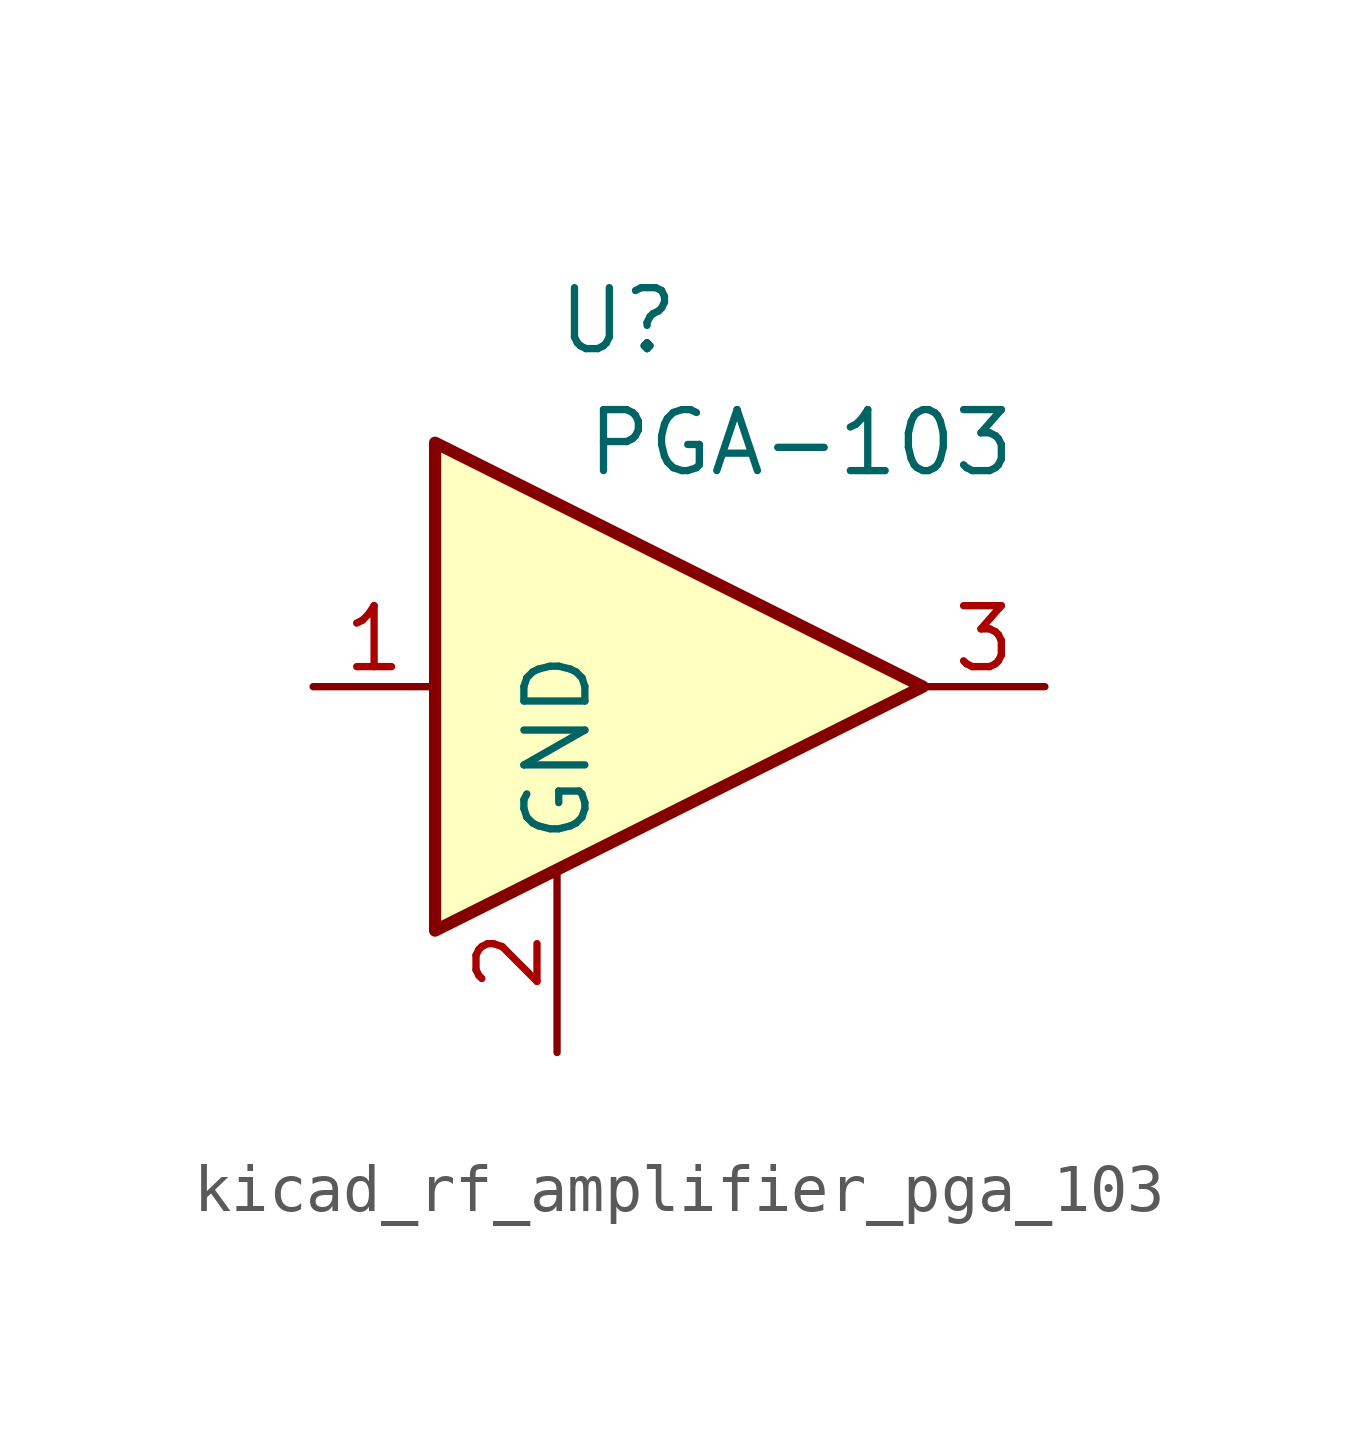
<source format=kicad_sym>
(kicad_symbol_lib
  (version 20220914)
  (generator kicad_symbol_editor)
  (symbol "kicad_rf_amplifier_pga_103"
    (property "Reference" "U"
      (at -1.27 7.62 0)
      (effects (font (size 1.27 1.27))))
    (property "Value" "PGA-103"
      (at 2.54 5.08 0)
      (effects (font (size 1.27 1.27))))
    (symbol "kicad_rf_amplifier_pga_103_0_1"
      (polyline (pts (xy 5.08 0) (xy -5.08 5.08) (xy -5.08 -5.08) (xy 5.08 0)) (stroke (width 0.254) (type default)) (fill (type background))))
    (symbol "kicad_rf_amplifier_pga_103_1_1"
      (pin input line (at -7.62 0 0) (length 2.54) (name "~" (effects (font (size 1.27 1.27)))) (number "1" (effects (font (size 1.27 1.27)))))
      (pin power_in line (at -2.54 -7.62 90) (length 3.81) (name "GND" (effects (font (size 1.27 1.27)))) (number "2" (effects (font (size 1.27 1.27)))))
      (pin output line (at 7.62 0 180) (length 2.54) (name "~" (effects (font (size 1.27 1.27)))) (number "3" (effects (font (size 1.27 1.27))))))))
</source>
